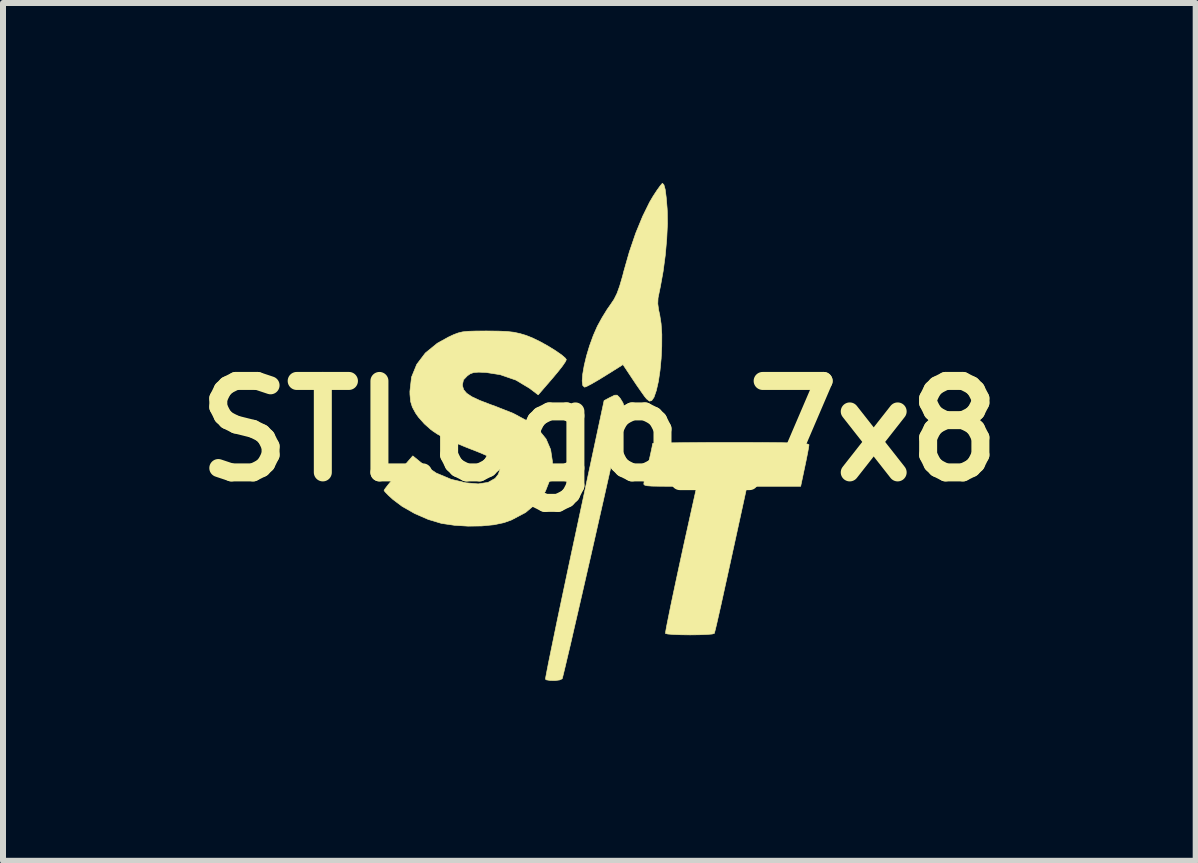
<source format=kicad_pcb>
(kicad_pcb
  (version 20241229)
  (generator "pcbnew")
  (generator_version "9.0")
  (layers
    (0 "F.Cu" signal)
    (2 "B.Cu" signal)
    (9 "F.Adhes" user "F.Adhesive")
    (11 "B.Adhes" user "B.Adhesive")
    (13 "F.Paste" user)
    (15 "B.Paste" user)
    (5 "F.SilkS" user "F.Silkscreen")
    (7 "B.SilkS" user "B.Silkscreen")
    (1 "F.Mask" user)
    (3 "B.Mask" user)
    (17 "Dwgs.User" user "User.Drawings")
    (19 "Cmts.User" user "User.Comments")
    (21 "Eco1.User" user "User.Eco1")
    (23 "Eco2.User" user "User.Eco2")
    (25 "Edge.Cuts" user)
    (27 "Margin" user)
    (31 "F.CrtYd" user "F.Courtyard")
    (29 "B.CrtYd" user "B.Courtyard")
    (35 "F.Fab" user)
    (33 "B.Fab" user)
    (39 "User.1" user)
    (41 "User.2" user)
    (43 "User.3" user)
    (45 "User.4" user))
  (footprint "STLogo_7x8"
    (layer "F.Cu")
    (at 6.938 4.133)
    (property "Reference" "STLogo_7x8" (at 0 0 0) (layer "F.SilkS") (effects (font (size 1.524 1.524) (thickness 0.3))))
    (attr through_hole)
    (fp_poly (pts (xy 0.334 -0.561) (xy 0.35 -0.54) (xy 0.394 -0.468) (xy 0.412 -0.41) (xy 0.405 -0.371) (xy 0.386 -0.276) (xy 0.355 -0.132) (xy 0.313 0.057) (xy 0.263 0.282) (xy 0.206 0.54) (xy 0.142 0.823) (xy 0.074 1.126) (xy 0.002 1.442) (xy -0.071 1.766) (xy -0.145 2.092) (xy -0.219 2.414) (xy -0.29 2.725) (xy -0.358 3.02) (xy -0.421 3.293) (xy -0.477 3.538) (xy -0.527 3.748) (xy -0.567 3.918) (xy -0.597 4.042) (xy -0.615 4.114) (xy -0.62 4.129) (xy -0.661 4.148) (xy -0.736 4.158) (xy -0.818 4.157) (xy -0.881 4.147) (xy -0.898 4.135) (xy -0.893 4.101) (xy -0.876 4.01) (xy -0.848 3.866) (xy -0.809 3.675) (xy -0.761 3.442) (xy -0.705 3.17) (xy -0.641 2.866) (xy -0.571 2.535) (xy -0.496 2.18) (xy -0.416 1.807) (xy -0.415 1.803) (xy 0.079 -0.507) (xy 0.184 -0.563) (xy 0.255 -0.597) (xy 0.296 -0.598) (xy 0.334 -0.561)) (stroke (width 0.01) (type solid)) (fill yes) (layer "F.SilkS"))
    (fp_poly (pts (xy 1.076 -4.103) (xy 1.097 -4.027) (xy 1.114 -3.896) (xy 1.13 -3.706) (xy 1.132 -3.667) (xy 1.135 -3.456) (xy 1.123 -3.204) (xy 1.099 -2.932) (xy 1.063 -2.661) (xy 1.018 -2.411) (xy 1.002 -2.334) (xy 0.978 -2.216) (xy 0.974 -2.121) (xy 0.988 -2.016) (xy 1.006 -1.937) (xy 1.029 -1.789) (xy 1.041 -1.61) (xy 1.04 -1.412) (xy 1.03 -1.208) (xy 1.011 -1.008) (xy 0.984 -0.826) (xy 0.949 -0.673) (xy 0.91 -0.561) (xy 0.872 -0.507) (xy 0.835 -0.498) (xy 0.788 -0.535) (xy 0.753 -0.578) (xy 0.697 -0.657) (xy 0.621 -0.766) (xy 0.542 -0.884) (xy 0.535 -0.895) (xy 0.394 -1.107) (xy 0.094 -0.919) (xy -0.031 -0.843) (xy -0.137 -0.782) (xy -0.214 -0.742) (xy -0.246 -0.731) (xy -0.276 -0.758) (xy -0.286 -0.834) (xy -0.277 -0.949) (xy -0.252 -1.093) (xy -0.213 -1.255) (xy -0.162 -1.424) (xy -0.101 -1.592) (xy -0.033 -1.747) (xy -0.028 -1.756) (xy 0.045 -1.889) (xy 0.13 -2.027) (xy 0.189 -2.111) (xy 0.247 -2.198) (xy 0.295 -2.295) (xy 0.339 -2.417) (xy 0.387 -2.581) (xy 0.407 -2.66) (xy 0.5 -2.986) (xy 0.606 -3.297) (xy 0.721 -3.577) (xy 0.838 -3.815) (xy 0.897 -3.915) (xy 0.962 -4.014) (xy 1.016 -4.089) (xy 1.048 -4.126) (xy 1.052 -4.128) (xy 1.076 -4.103)) (stroke (width 0.01) (type solid)) (fill yes) (layer "F.SilkS"))
    (fp_poly (pts (xy 2.526 0.191) (xy 2.803 0.192) (xy 3.025 0.194) (xy 3.198 0.198) (xy 3.327 0.203) (xy 3.415 0.209) (xy 3.469 0.217) (xy 3.491 0.226) (xy 3.493 0.23) (xy 3.487 0.276) (xy 3.47 0.37) (xy 3.445 0.495) (xy 3.424 0.595) (xy 3.355 0.921) (xy 2.46 0.921) (xy 2.195 2.135) (xy 2.136 2.404) (xy 2.081 2.653) (xy 2.032 2.877) (xy 1.989 3.067) (xy 1.955 3.217) (xy 1.93 3.32) (xy 1.917 3.37) (xy 1.916 3.373) (xy 1.88 3.383) (xy 1.794 3.39) (xy 1.669 3.395) (xy 1.52 3.397) (xy 1.508 3.397) (xy 1.357 3.395) (xy 1.231 3.39) (xy 1.142 3.383) (xy 1.102 3.374) (xy 1.102 3.373) (xy 1.106 3.338) (xy 1.122 3.248) (xy 1.15 3.108) (xy 1.187 2.925) (xy 1.233 2.706) (xy 1.286 2.457) (xy 1.345 2.183) (xy 1.408 1.893) (xy 1.475 1.591) (xy 1.543 1.284) (xy 1.601 1.024) (xy 1.624 0.921) (xy 1.175 0.921) (xy 0.998 0.92) (xy 0.875 0.918) (xy 0.798 0.912) (xy 0.756 0.902) (xy 0.741 0.887) (xy 0.743 0.865) (xy 0.756 0.813) (xy 0.778 0.719) (xy 0.805 0.601) (xy 0.833 0.475) (xy 0.859 0.357) (xy 0.879 0.264) (xy 0.888 0.212) (xy 0.889 0.207) (xy 0.92 0.203) (xy 1.007 0.2) (xy 1.145 0.197) (xy 1.326 0.195) (xy 1.544 0.193) (xy 1.793 0.191) (xy 2.065 0.191) (xy 2.191 0.191) (xy 2.526 0.191)) (stroke (width 0.01) (type solid)) (fill yes) (layer "F.SilkS"))
    (fp_poly (pts (xy -1.683 -1.665) (xy -1.539 -1.659) (xy -1.425 -1.646) (xy -1.323 -1.624) (xy -1.222 -1.594) (xy -1.114 -1.551) (xy -0.987 -1.489) (xy -0.855 -1.416) (xy -0.732 -1.34) (xy -0.631 -1.27) (xy -0.566 -1.214) (xy -0.55 -1.19) (xy -0.566 -1.155) (xy -0.615 -1.083) (xy -0.692 -0.985) (xy -0.779 -0.881) (xy -1.019 -0.603) (xy -1.164 -0.713) (xy -1.391 -0.849) (xy -1.652 -0.939) (xy -1.889 -0.976) (xy -2.012 -0.981) (xy -2.093 -0.975) (xy -2.152 -0.954) (xy -2.2 -0.92) (xy -2.264 -0.853) (xy -2.281 -0.777) (xy -2.28 -0.751) (xy -2.261 -0.688) (xy -2.212 -0.63) (xy -2.126 -0.572) (xy -1.996 -0.511) (xy -1.814 -0.441) (xy -1.73 -0.411) (xy -1.433 -0.293) (xy -1.196 -0.166) (xy -1.015 -0.025) (xy -0.888 0.132) (xy -0.812 0.308) (xy -0.782 0.506) (xy -0.782 0.54) (xy -0.812 0.783) (xy -0.899 1.004) (xy -1.039 1.197) (xy -1.23 1.358) (xy -1.467 1.483) (xy -1.59 1.527) (xy -1.756 1.562) (xy -1.962 1.582) (xy -2.188 1.585) (xy -2.414 1.571) (xy -2.619 1.541) (xy -2.635 1.538) (xy -2.852 1.473) (xy -3.077 1.375) (xy -3.286 1.256) (xy -3.439 1.141) (xy -3.517 1.07) (xy -3.571 1.014) (xy -3.588 0.989) (xy -3.568 0.958) (xy -3.515 0.89) (xy -3.436 0.794) (xy -3.349 0.691) (xy -3.109 0.414) (xy -2.943 0.549) (xy -2.719 0.7) (xy -2.469 0.805) (xy -2.225 0.863) (xy -2.018 0.881) (xy -1.855 0.856) (xy -1.736 0.789) (xy -1.684 0.722) (xy -1.654 0.635) (xy -1.671 0.558) (xy -1.739 0.486) (xy -1.863 0.415) (xy -2.001 0.356) (xy -2.22 0.27) (xy -2.389 0.201) (xy -2.518 0.145) (xy -2.617 0.097) (xy -2.697 0.052) (xy -2.767 0.006) (xy -2.809 -0.025) (xy -2.915 -0.119) (xy -3.015 -0.232) (xy -3.061 -0.297) (xy -3.116 -0.398) (xy -3.145 -0.491) (xy -3.156 -0.608) (xy -3.157 -0.661) (xy -3.13 -0.898) (xy -3.043 -1.111) (xy -2.9 -1.3) (xy -2.7 -1.463) (xy -2.512 -1.567) (xy -2.424 -1.608) (xy -2.351 -1.635) (xy -2.276 -1.653) (xy -2.185 -1.662) (xy -2.062 -1.666) (xy -1.893 -1.667) (xy -1.873 -1.667) (xy -1.683 -1.665)) (stroke (width 0.01) (type solid)) (fill yes) (layer "F.SilkS")))
  (gr_rect
    (start -3 -3)
    (end 16.876 11.295)
    (stroke (width 0.1) (type default))
    (fill no)
    (layer "Edge.Cuts")))
</source>
